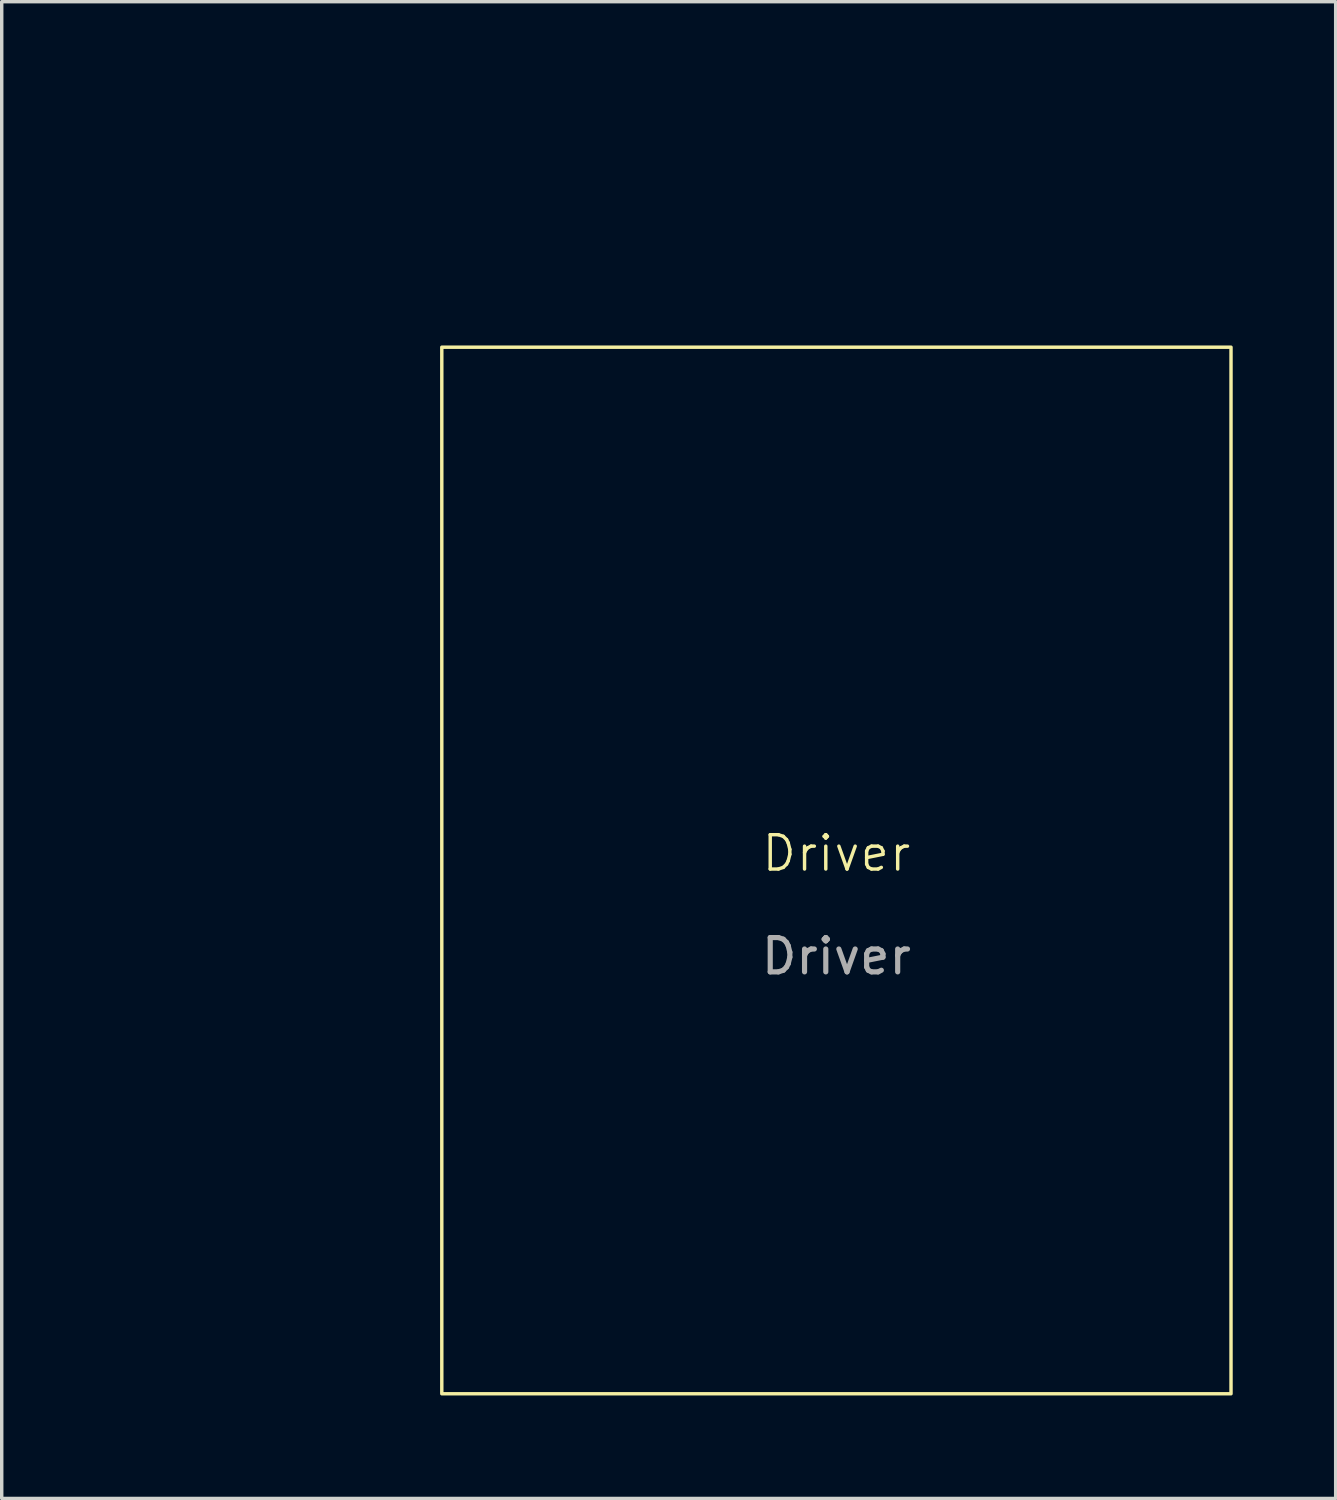
<source format=kicad_pcb>
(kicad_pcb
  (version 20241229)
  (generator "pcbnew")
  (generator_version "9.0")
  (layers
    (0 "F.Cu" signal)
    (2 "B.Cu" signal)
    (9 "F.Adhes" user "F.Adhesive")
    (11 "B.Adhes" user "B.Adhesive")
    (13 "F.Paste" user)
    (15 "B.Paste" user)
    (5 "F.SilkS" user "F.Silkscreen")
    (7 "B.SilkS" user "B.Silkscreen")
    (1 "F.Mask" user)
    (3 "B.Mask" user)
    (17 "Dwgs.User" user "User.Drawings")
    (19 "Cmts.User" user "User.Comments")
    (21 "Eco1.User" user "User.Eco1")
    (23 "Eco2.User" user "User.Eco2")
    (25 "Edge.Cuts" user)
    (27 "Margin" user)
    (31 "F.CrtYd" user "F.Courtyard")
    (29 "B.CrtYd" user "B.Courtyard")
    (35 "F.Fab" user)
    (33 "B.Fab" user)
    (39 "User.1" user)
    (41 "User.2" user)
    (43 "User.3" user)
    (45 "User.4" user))
  (footprint "Driver"
    (layer "F.Cu")
    (at 21.325 22.318)
    (property "Reference" "Driver" (at 0 -0.5 0) (unlocked yes) (layer "F.SilkS") (effects (font (size 1 1) (thickness 0.1))))
    (attr smd)
    (fp_rect (start -11.5 -15.25) (end 11.5 15.25) (stroke (width 0.1) (type default)) (fill no) (layer "F.SilkS"))
    (fp_text user "${REFERENCE}" (at 0 2.5 0) (unlocked yes) (layer "F.Fab") (effects (font (size 1 1) (thickness 0.15))))
    (dimension (type aligned) (layer "User.4") (pts (xy 9.825 7.068) (xy 32.825 7.068)) (height -5.07) (format (prefix "") (suffix "") (units 3) (units_format 1) (precision 4)) (style (thickness 0.1) (arrow_length 1.27) (text_position_mode 0) (arrow_direction outward) (extension_height 0.586) (extension_offset 0.5) (keep_text_aligned yes)) (gr_text "23.0000 mm" (at 21.325 0.848 0) (layer "User.4") (effects (font (size 1 1) (thickness 0.15)))))
    (dimension (type aligned) (layer "User.4") (pts (xy 9.825 7.068) (xy 9.825 37.568)) (height 3.74) (format (prefix "") (suffix "") (units 3) (units_format 1) (precision 4)) (style (thickness 0.1) (arrow_length 1.27) (text_position_mode 0) (arrow_direction outward) (extension_height 0.586) (extension_offset 0.5) (keep_text_aligned yes)) (gr_text "30.5000 mm" (at 4.935 22.318 90) (layer "User.4") (effects (font (size 1 1) (thickness 0.15))))))
  (gr_rect
    (start -3 -3)
    (end 35.875 40.618)
    (stroke (width 0.1) (type default))
    (fill no)
    (layer "Edge.Cuts")))
</source>
